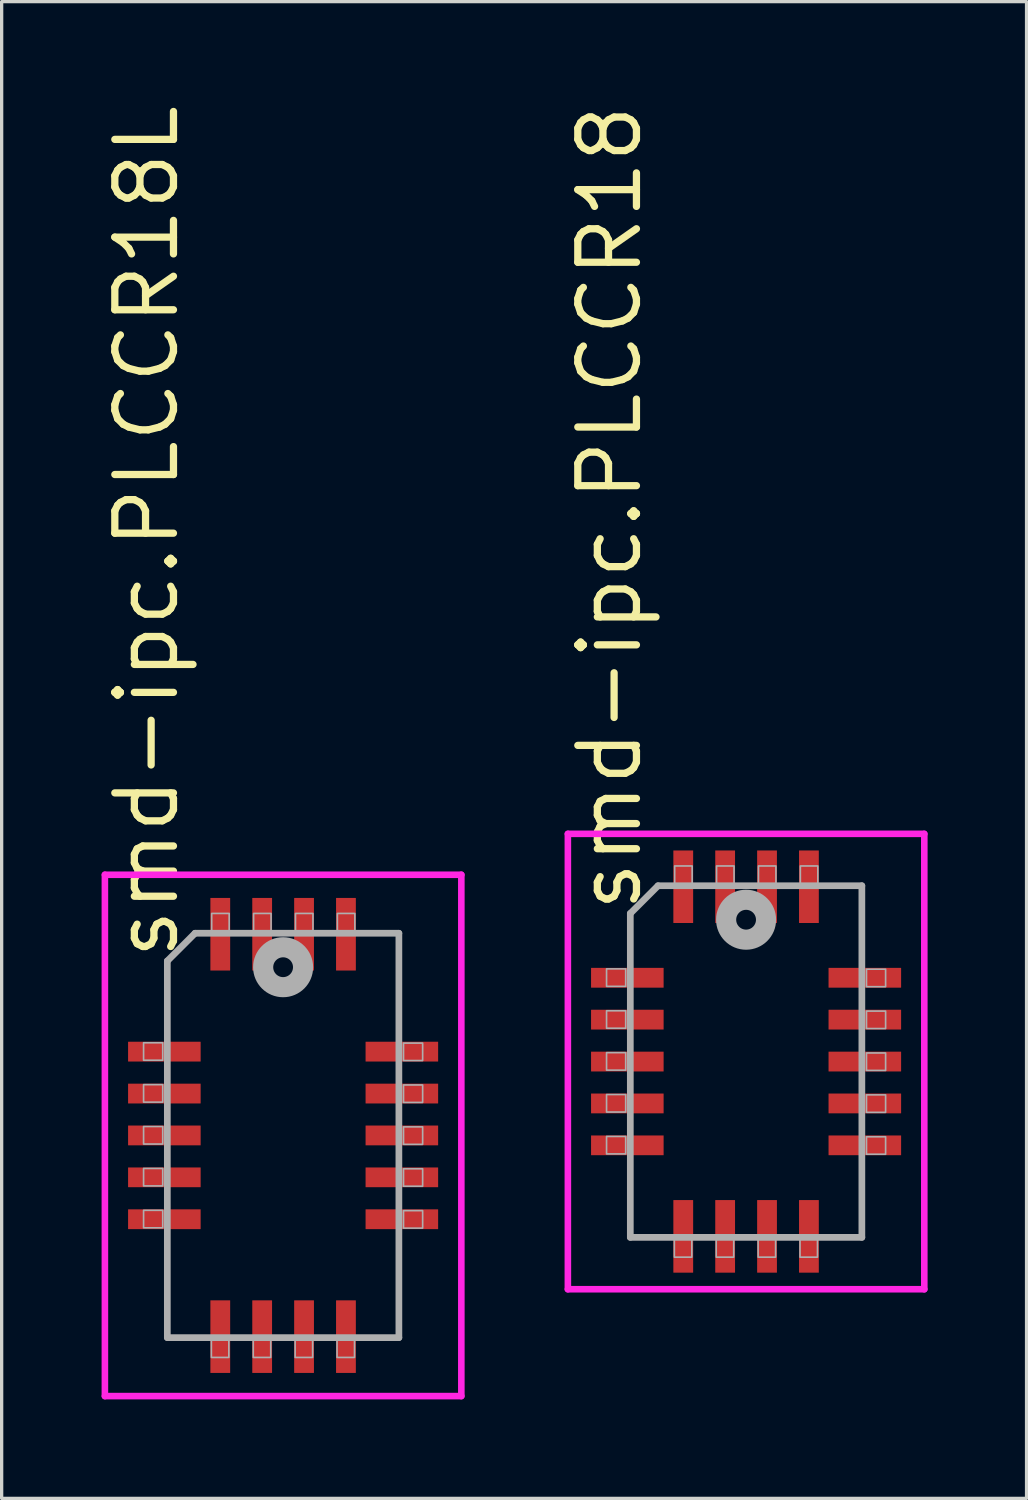
<source format=kicad_pcb>
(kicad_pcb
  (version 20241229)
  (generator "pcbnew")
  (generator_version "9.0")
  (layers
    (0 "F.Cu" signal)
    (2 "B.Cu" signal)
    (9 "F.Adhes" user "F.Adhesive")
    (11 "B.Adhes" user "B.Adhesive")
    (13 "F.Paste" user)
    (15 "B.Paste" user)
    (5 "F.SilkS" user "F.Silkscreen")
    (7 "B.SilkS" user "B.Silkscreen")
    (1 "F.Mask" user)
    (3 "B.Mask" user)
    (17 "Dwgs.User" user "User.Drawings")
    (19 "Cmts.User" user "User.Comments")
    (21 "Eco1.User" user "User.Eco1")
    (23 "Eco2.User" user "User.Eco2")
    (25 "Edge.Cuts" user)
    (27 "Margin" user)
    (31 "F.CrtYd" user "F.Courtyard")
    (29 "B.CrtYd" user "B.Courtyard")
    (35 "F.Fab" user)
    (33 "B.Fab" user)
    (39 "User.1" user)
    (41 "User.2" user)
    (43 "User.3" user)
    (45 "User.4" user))
  (footprint "smd-ipc.PLCCR18"
    (layer "F.Cu")
    (at 19.569 29.133)
    (property "Reference" "smd-ipc.PLCCR18" (at -3.095 -4.445 270) (layer "F.SilkS") (effects (font (size 1.778 1.778) (thickness 0.22)) (justify left bottom)))
    (attr smd)
    (fp_line (start -5.403 -6.903) (end 5.403 -6.903) (stroke (width 0.2) (type default)) (layer "F.CrtYd"))
    (fp_line (start -5.403 6.903) (end -5.403 -6.903) (stroke (width 0.2) (type default)) (layer "F.CrtYd"))
    (fp_line (start 5.403 -6.903) (end 5.403 6.903) (stroke (width 0.2) (type default)) (layer "F.CrtYd"))
    (fp_line (start 5.403 6.903) (end -5.403 6.903) (stroke (width 0.2) (type default)) (layer "F.CrtYd"))
    (fp_line (start -3.51 -4.49) (end -3.51 5.33) (stroke (width 0.203) (type default)) (layer "F.Fab"))
    (fp_line (start -3.51 5.33) (end 3.51 5.33) (stroke (width 0.203) (type default)) (layer "F.Fab"))
    (fp_line (start -2.67 -5.33) (end -3.51 -4.49) (stroke (width 0.203) (type default)) (layer "F.Fab"))
    (fp_line (start 3.51 -5.33) (end -2.67 -5.33) (stroke (width 0.203) (type default)) (layer "F.Fab"))
    (fp_line (start 3.51 5.33) (end 3.51 -5.33) (stroke (width 0.203) (type default)) (layer "F.Fab"))
    (fp_rect (start -4.23 -2.28) (end -3.65 -2.81) (stroke (width 0.05) (type default)) (fill no) (layer "F.Fab"))
    (fp_rect (start -4.23 -1.01) (end -3.65 -1.54) (stroke (width 0.05) (type default)) (fill no) (layer "F.Fab"))
    (fp_rect (start -4.23 0.26) (end -3.65 -0.27) (stroke (width 0.05) (type default)) (fill no) (layer "F.Fab"))
    (fp_rect (start -4.23 1.53) (end -3.65 1) (stroke (width 0.05) (type default)) (fill no) (layer "F.Fab"))
    (fp_rect (start -4.23 2.8) (end -3.65 2.27) (stroke (width 0.05) (type default)) (fill no) (layer "F.Fab"))
    (fp_rect (start -2.175 5.93) (end -1.645 5.35) (stroke (width 0.05) (type default)) (fill no) (layer "F.Fab"))
    (fp_rect (start -2.165 -5.35) (end -1.635 -5.93) (stroke (width 0.05) (type default)) (fill no) (layer "F.Fab"))
    (fp_rect (start -0.905 5.93) (end -0.375 5.35) (stroke (width 0.05) (type default)) (fill no) (layer "F.Fab"))
    (fp_rect (start -0.895 -5.35) (end -0.365 -5.93) (stroke (width 0.05) (type default)) (fill no) (layer "F.Fab"))
    (fp_rect (start 0.365 5.93) (end 0.895 5.35) (stroke (width 0.05) (type default)) (fill no) (layer "F.Fab"))
    (fp_rect (start 0.375 -5.35) (end 0.905 -5.93) (stroke (width 0.05) (type default)) (fill no) (layer "F.Fab"))
    (fp_rect (start 1.635 5.93) (end 2.165 5.35) (stroke (width 0.05) (type default)) (fill no) (layer "F.Fab"))
    (fp_rect (start 1.645 -5.35) (end 2.175 -5.93) (stroke (width 0.05) (type default)) (fill no) (layer "F.Fab"))
    (fp_rect (start 3.65 -2.27) (end 4.23 -2.8) (stroke (width 0.05) (type default)) (fill no) (layer "F.Fab"))
    (fp_rect (start 3.65 -1) (end 4.23 -1.53) (stroke (width 0.05) (type default)) (fill no) (layer "F.Fab"))
    (fp_rect (start 3.65 0.27) (end 4.23 -0.26) (stroke (width 0.05) (type default)) (fill no) (layer "F.Fab"))
    (fp_rect (start 3.65 1.54) (end 4.23 1.01) (stroke (width 0.05) (type default)) (fill no) (layer "F.Fab"))
    (fp_rect (start 3.65 2.81) (end 4.23 2.28) (stroke (width 0.05) (type default)) (fill no) (layer "F.Fab"))
    (fp_circle (center 0 -4.3) (end 0.3 -4.3) (stroke (width 0.61) (type default)) (fill no) (layer "F.Fab"))
    (pad "1" smd roundrect (at -0.635 -5.3) (size 0.6 2.2) (layers "F.Cu" "F.Mask" "F.Paste") (roundrect_rratio 0.01))
    (pad "2" smd roundrect (at -1.905 -5.3) (size 0.6 2.2) (layers "F.Cu" "F.Mask" "F.Paste") (roundrect_rratio 0.01))
    (pad "3" smd roundrect (at -3.6 -2.54) (size 2.2 0.6) (layers "F.Cu" "F.Mask" "F.Paste") (roundrect_rratio 0.01))
    (pad "4" smd roundrect (at -3.6 -1.27) (size 2.2 0.6) (layers "F.Cu" "F.Mask" "F.Paste") (roundrect_rratio 0.01))
    (pad "5" smd roundrect (at -3.6 0) (size 2.2 0.6) (layers "F.Cu" "F.Mask" "F.Paste") (roundrect_rratio 0.01))
    (pad "6" smd roundrect (at -3.6 1.27) (size 2.2 0.6) (layers "F.Cu" "F.Mask" "F.Paste") (roundrect_rratio 0.01))
    (pad "7" smd roundrect (at -3.6 2.54) (size 2.2 0.6) (layers "F.Cu" "F.Mask" "F.Paste") (roundrect_rratio 0.01))
    (pad "8" smd roundrect (at -1.905 5.3) (size 0.6 2.2) (layers "F.Cu" "F.Mask" "F.Paste") (roundrect_rratio 0.01))
    (pad "9" smd roundrect (at -0.635 5.3) (size 0.6 2.2) (layers "F.Cu" "F.Mask" "F.Paste") (roundrect_rratio 0.01))
    (pad "10" smd roundrect (at 0.635 5.3) (size 0.6 2.2) (layers "F.Cu" "F.Mask" "F.Paste") (roundrect_rratio 0.01))
    (pad "11" smd roundrect (at 1.905 5.3) (size 0.6 2.2) (layers "F.Cu" "F.Mask" "F.Paste") (roundrect_rratio 0.01))
    (pad "12" smd roundrect (at 3.6 2.54) (size 2.2 0.6) (layers "F.Cu" "F.Mask" "F.Paste") (roundrect_rratio 0.01))
    (pad "13" smd roundrect (at 3.6 1.27) (size 2.2 0.6) (layers "F.Cu" "F.Mask" "F.Paste") (roundrect_rratio 0.01))
    (pad "14" smd roundrect (at 3.6 0) (size 2.2 0.6) (layers "F.Cu" "F.Mask" "F.Paste") (roundrect_rratio 0.01))
    (pad "15" smd roundrect (at 3.6 -1.27) (size 2.2 0.6) (layers "F.Cu" "F.Mask" "F.Paste") (roundrect_rratio 0.01))
    (pad "16" smd roundrect (at 3.6 -2.54) (size 2.2 0.6) (layers "F.Cu" "F.Mask" "F.Paste") (roundrect_rratio 0.01))
    (pad "17" smd roundrect (at 1.905 -5.3) (size 0.6 2.2) (layers "F.Cu" "F.Mask" "F.Paste") (roundrect_rratio 0.01))
    (pad "18" smd roundrect (at 0.635 -5.3) (size 0.6 2.2) (layers "F.Cu" "F.Mask" "F.Paste") (roundrect_rratio 0.01)))
  (footprint "smd-ipc.PLCCR18L"
    (layer "F.Cu")
    (at 5.533 31.373)
    (property "Reference" "smd-ipc.PLCCR18L" (at -3.095 -5.245 270) (layer "F.SilkS") (effects (font (size 1.778 1.778) (thickness 0.22)) (justify left bottom)))
    (attr smd)
    (fp_line (start -5.403 -7.903) (end 5.403 -7.903) (stroke (width 0.2) (type default)) (layer "F.CrtYd"))
    (fp_line (start -5.403 7.903) (end -5.403 -7.903) (stroke (width 0.2) (type default)) (layer "F.CrtYd"))
    (fp_line (start 5.403 -7.903) (end 5.403 7.903) (stroke (width 0.2) (type default)) (layer "F.CrtYd"))
    (fp_line (start 5.403 7.903) (end -5.403 7.903) (stroke (width 0.2) (type default)) (layer "F.CrtYd"))
    (fp_line (start -3.51 -5.29) (end -3.51 6.13) (stroke (width 0.203) (type default)) (layer "F.Fab"))
    (fp_line (start -3.51 6.13) (end 3.51 6.13) (stroke (width 0.203) (type default)) (layer "F.Fab"))
    (fp_line (start -2.67 -6.13) (end -3.51 -5.29) (stroke (width 0.203) (type default)) (layer "F.Fab"))
    (fp_line (start 3.51 -6.13) (end -2.67 -6.13) (stroke (width 0.203) (type default)) (layer "F.Fab"))
    (fp_line (start 3.51 6.13) (end 3.51 -6.13) (stroke (width 0.203) (type default)) (layer "F.Fab"))
    (fp_rect (start -4.23 -2.28) (end -3.65 -2.81) (stroke (width 0.05) (type default)) (fill no) (layer "F.Fab"))
    (fp_rect (start -4.23 -1.01) (end -3.65 -1.54) (stroke (width 0.05) (type default)) (fill no) (layer "F.Fab"))
    (fp_rect (start -4.23 0.26) (end -3.65 -0.27) (stroke (width 0.05) (type default)) (fill no) (layer "F.Fab"))
    (fp_rect (start -4.23 1.53) (end -3.65 1) (stroke (width 0.05) (type default)) (fill no) (layer "F.Fab"))
    (fp_rect (start -4.23 2.8) (end -3.65 2.27) (stroke (width 0.05) (type default)) (fill no) (layer "F.Fab"))
    (fp_rect (start -2.175 6.73) (end -1.645 6.15) (stroke (width 0.05) (type default)) (fill no) (layer "F.Fab"))
    (fp_rect (start -2.165 -6.15) (end -1.635 -6.73) (stroke (width 0.05) (type default)) (fill no) (layer "F.Fab"))
    (fp_rect (start -0.905 6.73) (end -0.375 6.15) (stroke (width 0.05) (type default)) (fill no) (layer "F.Fab"))
    (fp_rect (start -0.895 -6.15) (end -0.365 -6.73) (stroke (width 0.05) (type default)) (fill no) (layer "F.Fab"))
    (fp_rect (start 0.365 6.73) (end 0.895 6.15) (stroke (width 0.05) (type default)) (fill no) (layer "F.Fab"))
    (fp_rect (start 0.375 -6.15) (end 0.905 -6.73) (stroke (width 0.05) (type default)) (fill no) (layer "F.Fab"))
    (fp_rect (start 1.635 6.73) (end 2.165 6.15) (stroke (width 0.05) (type default)) (fill no) (layer "F.Fab"))
    (fp_rect (start 1.645 -6.15) (end 2.175 -6.73) (stroke (width 0.05) (type default)) (fill no) (layer "F.Fab"))
    (fp_rect (start 3.65 -2.27) (end 4.23 -2.8) (stroke (width 0.05) (type default)) (fill no) (layer "F.Fab"))
    (fp_rect (start 3.65 -1) (end 4.23 -1.53) (stroke (width 0.05) (type default)) (fill no) (layer "F.Fab"))
    (fp_rect (start 3.65 0.27) (end 4.23 -0.26) (stroke (width 0.05) (type default)) (fill no) (layer "F.Fab"))
    (fp_rect (start 3.65 1.54) (end 4.23 1.01) (stroke (width 0.05) (type default)) (fill no) (layer "F.Fab"))
    (fp_rect (start 3.65 2.81) (end 4.23 2.28) (stroke (width 0.05) (type default)) (fill no) (layer "F.Fab"))
    (fp_circle (center 0 -5.1) (end 0.3 -5.1) (stroke (width 0.61) (type default)) (fill no) (layer "F.Fab"))
    (pad "1" smd roundrect (at -0.635 -6.1) (size 0.6 2.2) (layers "F.Cu" "F.Mask" "F.Paste") (roundrect_rratio 0.01))
    (pad "2" smd roundrect (at -1.905 -6.1) (size 0.6 2.2) (layers "F.Cu" "F.Mask" "F.Paste") (roundrect_rratio 0.01))
    (pad "3" smd roundrect (at -3.6 -2.54) (size 2.2 0.6) (layers "F.Cu" "F.Mask" "F.Paste") (roundrect_rratio 0.01))
    (pad "4" smd roundrect (at -3.6 -1.27) (size 2.2 0.6) (layers "F.Cu" "F.Mask" "F.Paste") (roundrect_rratio 0.01))
    (pad "5" smd roundrect (at -3.6 0) (size 2.2 0.6) (layers "F.Cu" "F.Mask" "F.Paste") (roundrect_rratio 0.01))
    (pad "6" smd roundrect (at -3.6 1.27) (size 2.2 0.6) (layers "F.Cu" "F.Mask" "F.Paste") (roundrect_rratio 0.01))
    (pad "7" smd roundrect (at -3.6 2.54) (size 2.2 0.6) (layers "F.Cu" "F.Mask" "F.Paste") (roundrect_rratio 0.01))
    (pad "8" smd roundrect (at -1.905 6.1) (size 0.6 2.2) (layers "F.Cu" "F.Mask" "F.Paste") (roundrect_rratio 0.01))
    (pad "9" smd roundrect (at -0.635 6.1) (size 0.6 2.2) (layers "F.Cu" "F.Mask" "F.Paste") (roundrect_rratio 0.01))
    (pad "10" smd roundrect (at 0.635 6.1) (size 0.6 2.2) (layers "F.Cu" "F.Mask" "F.Paste") (roundrect_rratio 0.01))
    (pad "11" smd roundrect (at 1.905 6.1) (size 0.6 2.2) (layers "F.Cu" "F.Mask" "F.Paste") (roundrect_rratio 0.01))
    (pad "12" smd roundrect (at 3.6 2.54) (size 2.2 0.6) (layers "F.Cu" "F.Mask" "F.Paste") (roundrect_rratio 0.01))
    (pad "13" smd roundrect (at 3.6 1.27) (size 2.2 0.6) (layers "F.Cu" "F.Mask" "F.Paste") (roundrect_rratio 0.01))
    (pad "14" smd roundrect (at 3.6 0) (size 2.2 0.6) (layers "F.Cu" "F.Mask" "F.Paste") (roundrect_rratio 0.01))
    (pad "15" smd roundrect (at 3.6 -1.27) (size 2.2 0.6) (layers "F.Cu" "F.Mask" "F.Paste") (roundrect_rratio 0.01))
    (pad "16" smd roundrect (at 3.6 -2.54) (size 2.2 0.6) (layers "F.Cu" "F.Mask" "F.Paste") (roundrect_rratio 0.01))
    (pad "17" smd roundrect (at 1.905 -6.1) (size 0.6 2.2) (layers "F.Cu" "F.Mask" "F.Paste") (roundrect_rratio 0.01))
    (pad "18" smd roundrect (at 0.635 -6.1) (size 0.6 2.2) (layers "F.Cu" "F.Mask" "F.Paste") (roundrect_rratio 0.01)))
  (gr_rect
    (start -3 -3)
    (end 28.072 42.376)
    (stroke (width 0.1) (type default))
    (fill no)
    (layer "Edge.Cuts")))
</source>
